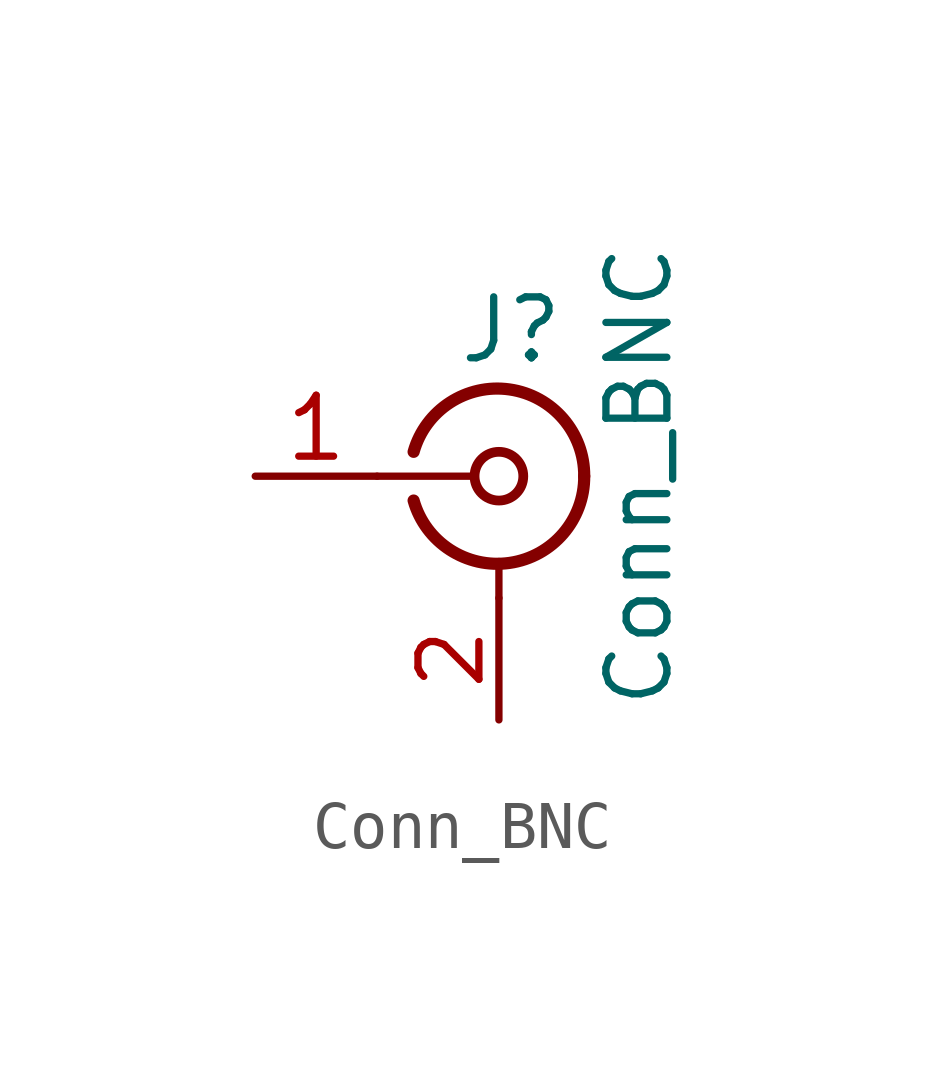
<source format=kicad_sym>
(kicad_symbol_lib
  (version 20220914)
  (generator kicad_symbol_editor)
  (symbol "Conn_BNC"
    (pin_names
      (offset 1.016) hide)
    (property "Reference" "J"
      (at 0.254 3.048 0)
      (effects (font (size 1.27 1.27))))
    (property "Value" "Conn_BNC"
      (at 2.921 0 90)
      (effects (font (size 1.27 1.27))))
    (symbol "Conn_BNC_0_1"
      (arc (start -1.778 -0.508) (mid 0.2311 -1.8066) (end 1.778 0) (stroke (width 0.254) (type default)) (fill (type none)))
      (polyline (pts (xy -2.54 0) (xy -0.508 0)) (stroke (width 0) (type default)) (fill (type none)))
      (polyline (pts (xy 0 -2.54) (xy 0 -1.778)) (stroke (width 0) (type default)) (fill (type none)))
      (circle (center 0 0) (radius 0.508) (stroke (width 0.203) (type default)) (fill (type none)))
      (arc (start 1.778 0) (mid 0.2099 1.8101) (end -1.778 0.508) (stroke (width 0.254) (type default)) (fill (type none))))
    (symbol "Conn_BNC_1_1"
      (pin passive line (at -5.08 0 0) (length 2.54) (name "In" (effects (font (size 1.27 1.27)))) (number "1" (effects (font (size 1.27 1.27)))))
      (pin passive line (at 0 -5.08 90) (length 2.54) (name "Ext" (effects (font (size 1.27 1.27)))) (number "2" (effects (font (size 1.27 1.27))))))))
</source>
